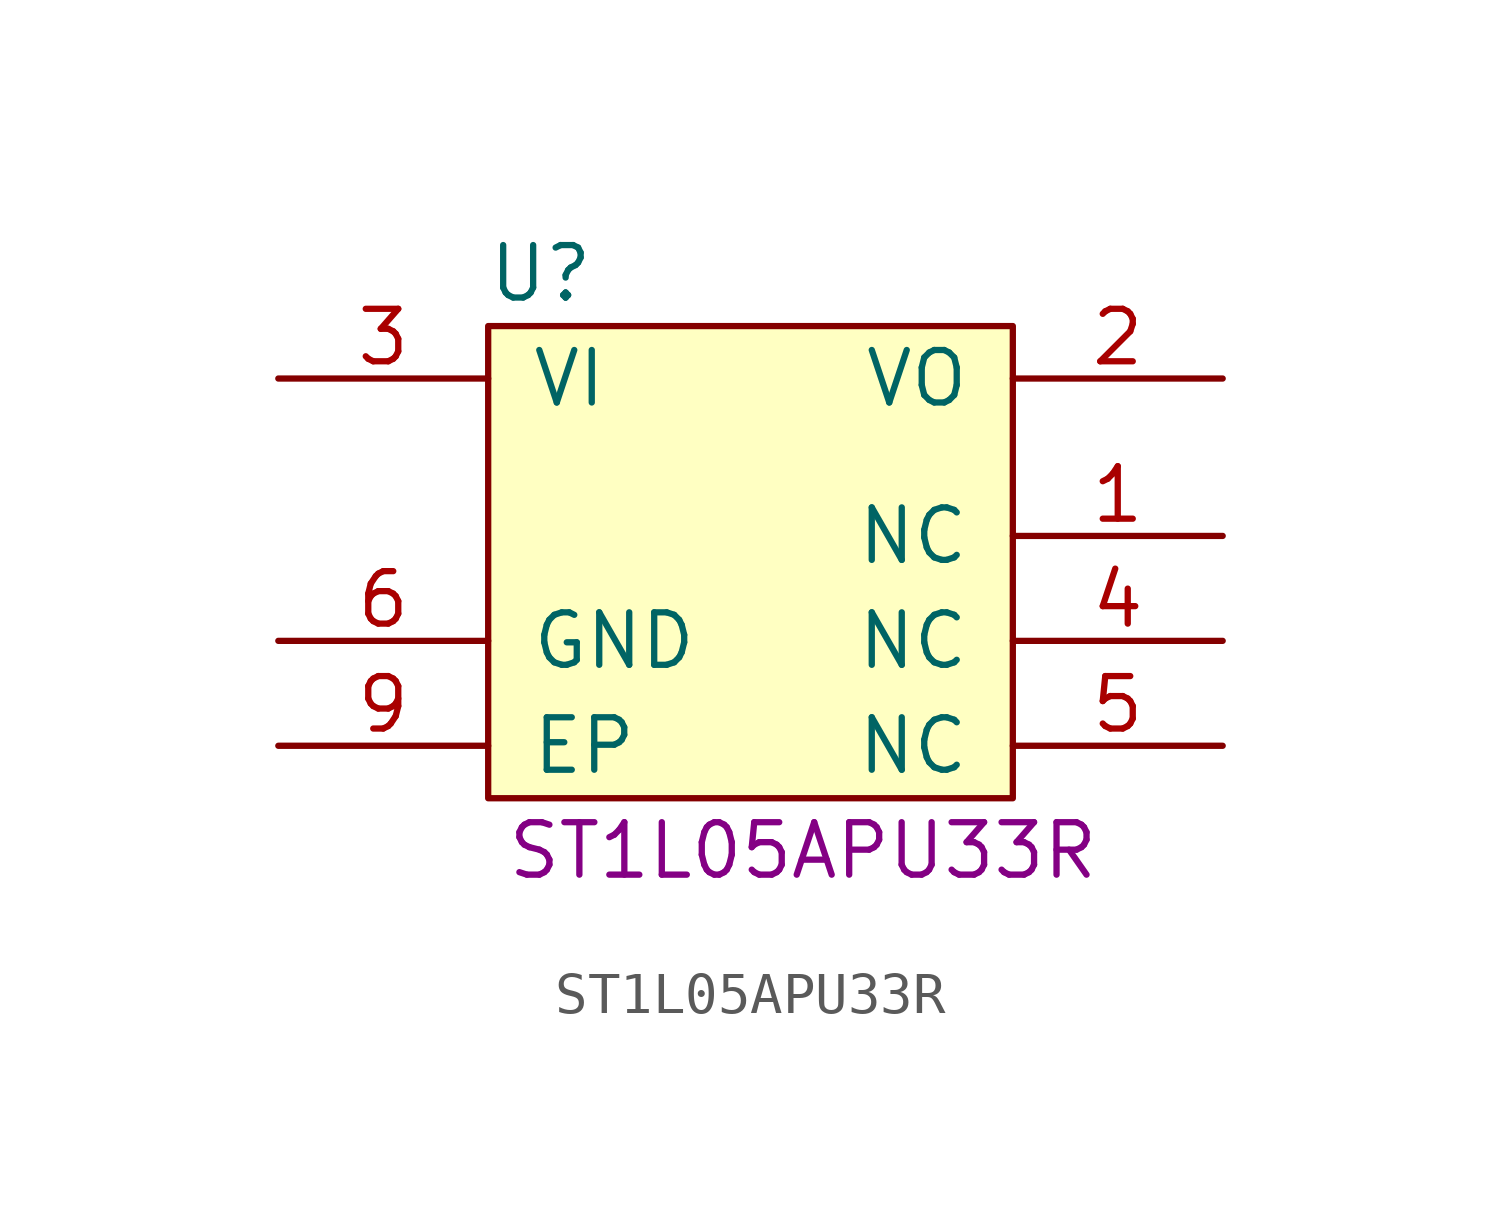
<source format=kicad_sym>
(kicad_symbol_lib
  (version 20220914)
  (generator kicad_symbol_editor)
  (symbol "ST1L05APU33R"
    (pin_names
      (offset 1.016))
    (property "Reference" "U"
      (at 1.27 1.27 0)
      (effects (font (size 1.27 1.27))))
    (property "_Value_" "ST1L05APU33R"
      (at 7.62 -12.7 0)
      (effects (font (size 1.27 1.27))))
    (symbol "ST1L05APU33R_0_1"
      (rectangle (start 0 0) (end 12.7 -11.43) (stroke (width 0) (type default)) (fill (type background))))
    (symbol "ST1L05APU33R_1_1"
      (pin passive line (at 17.78 -5.08 180) (length 5.08) (name "NC" (effects (font (size 1.27 1.27)))) (number "1" (effects (font (size 1.27 1.27)))))
      (pin power_out line (at 17.78 -1.27 180) (length 5.08) (name "VO" (effects (font (size 1.27 1.27)))) (number "2" (effects (font (size 1.27 1.27)))))
      (pin power_in line (at -5.08 -1.27 0) (length 5.08) (name "VI" (effects (font (size 1.27 1.27)))) (number "3" (effects (font (size 1.27 1.27)))))
      (pin passive line (at 17.78 -7.62 180) (length 5.08) (name "NC" (effects (font (size 1.27 1.27)))) (number "4" (effects (font (size 1.27 1.27)))))
      (pin passive line (at 17.78 -10.16 180) (length 5.08) (name "NC" (effects (font (size 1.27 1.27)))) (number "5" (effects (font (size 1.27 1.27)))))
      (pin passive line (at -5.08 -7.62 0) (length 5.08) (name "GND" (effects (font (size 1.27 1.27)))) (number "6" (effects (font (size 1.27 1.27)))))
      (pin passive line (at -5.08 -10.16 0) (length 5.08) (name "EP" (effects (font (size 1.27 1.27)))) (number "9" (effects (font (size 1.27 1.27))))))))
</source>
